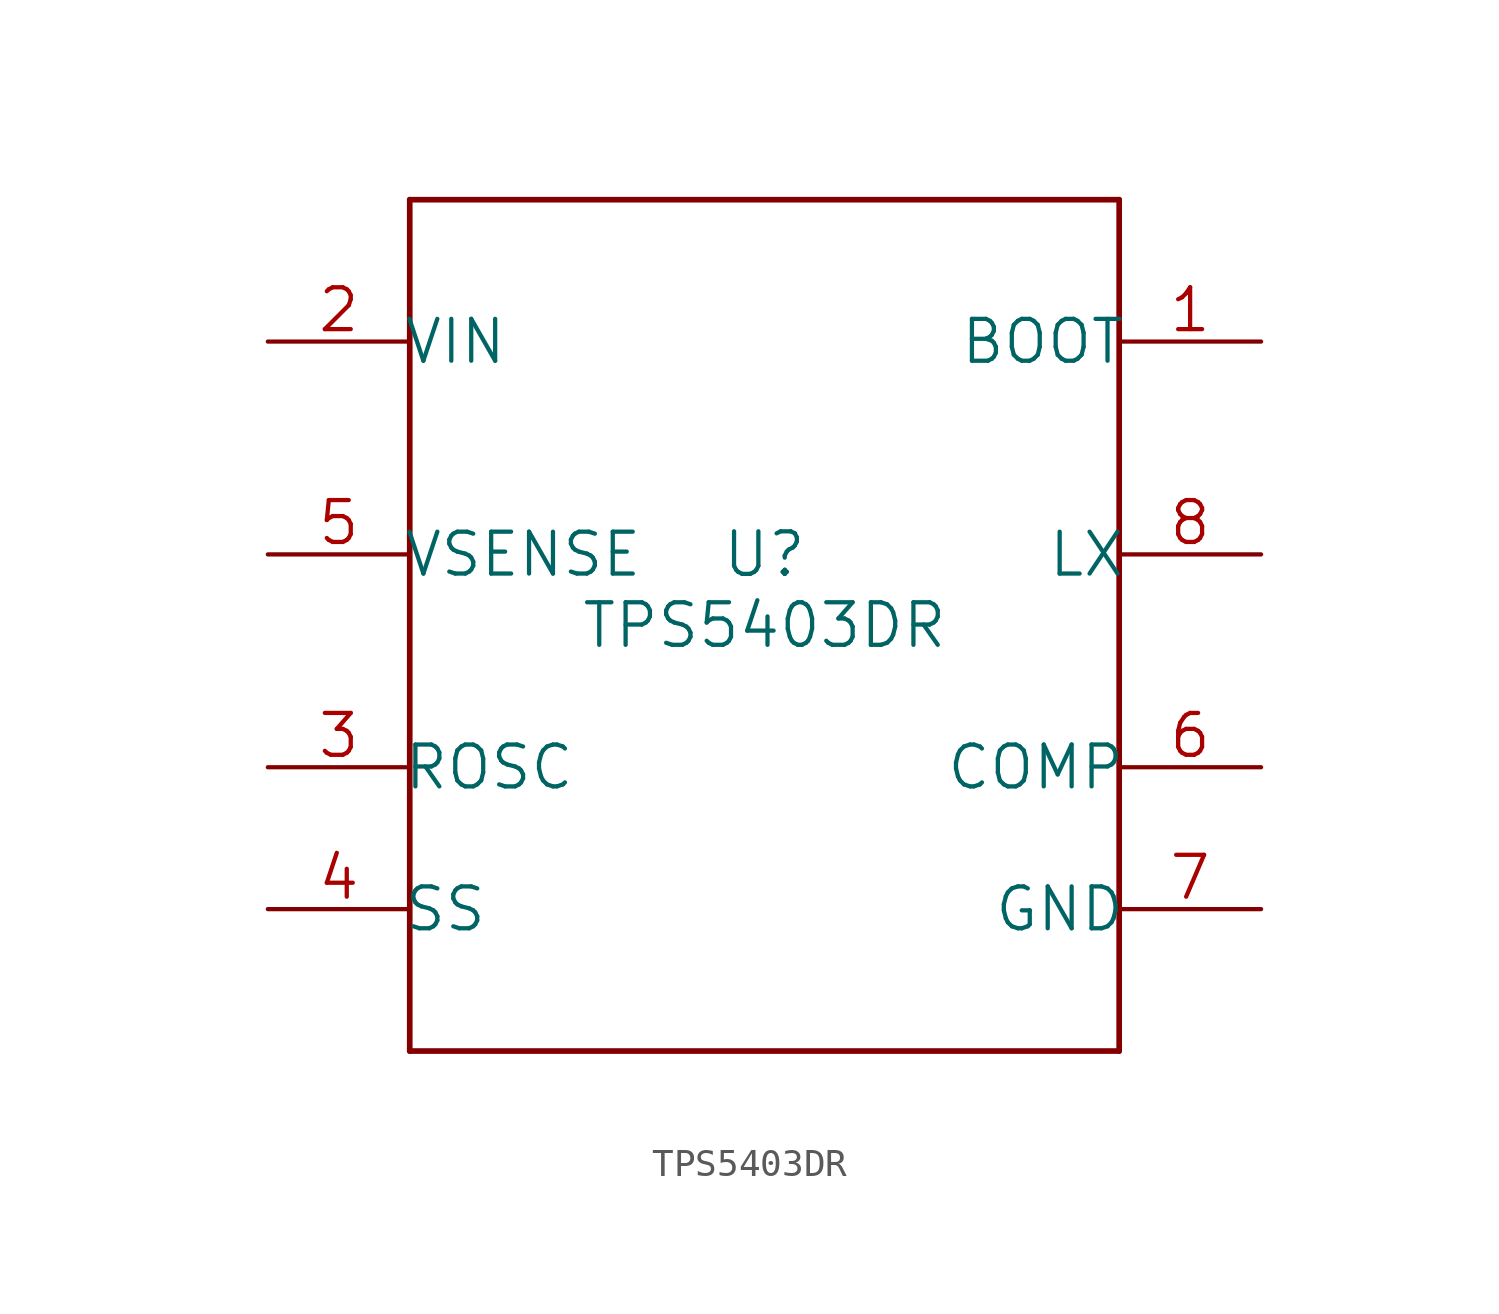
<source format=kicad_sym>
(kicad_symbol_lib
  (version 20211014)
  (generator kicad_symbol_editor)
  (symbol "TPS5403DR"
    (pin_names
      (offset -0.254))
    (property "Reference" "U"
      (at 0 2.54 0)
      (effects (font (size 1.524 1.524))))
    (property "Value" "TPS5403DR"
      (at 0 0 0)
      (effects (font (size 1.524 1.524))))
    (symbol "TPS5403DR_1_1"
      (polyline (pts (xy -12.7 -15.24) (xy 12.7 -15.24)) (stroke (width 0.203) (type default) (color 0 0 0 0)) (fill (type none)))
      (polyline (pts (xy -12.7 15.24) (xy -12.7 -15.24)) (stroke (width 0.203) (type default) (color 0 0 0 0)) (fill (type none)))
      (polyline (pts (xy 12.7 -15.24) (xy 12.7 15.24)) (stroke (width 0.203) (type default) (color 0 0 0 0)) (fill (type none)))
      (polyline (pts (xy 12.7 15.24) (xy -12.7 15.24)) (stroke (width 0.203) (type default) (color 0 0 0 0)) (fill (type none)))
      (pin power_in line (at 17.78 10.16 180) (length 5.08) (name "BOOT" (effects (font (size 1.499 1.499)))) (number "1" (effects (font (size 1.499 1.499)))))
      (pin power_in line (at -17.78 10.16 0) (length 5.08) (name "VIN" (effects (font (size 1.499 1.499)))) (number "2" (effects (font (size 1.499 1.499)))))
      (pin input line (at -17.78 -5.08 0) (length 5.08) (name "ROSC" (effects (font (size 1.499 1.499)))) (number "3" (effects (font (size 1.499 1.499)))))
      (pin input line (at -17.78 -10.16 0) (length 5.08) (name "SS" (effects (font (size 1.499 1.499)))) (number "4" (effects (font (size 1.499 1.499)))))
      (pin input line (at -17.78 2.54 0) (length 5.08) (name "VSENSE" (effects (font (size 1.499 1.499)))) (number "5" (effects (font (size 1.499 1.499)))))
      (pin unspecified line (at 17.78 -5.08 180) (length 5.08) (name "COMP" (effects (font (size 1.499 1.499)))) (number "6" (effects (font (size 1.499 1.499)))))
      (pin power_in line (at 17.78 -10.16 180) (length 5.08) (name "GND" (effects (font (size 1.499 1.499)))) (number "7" (effects (font (size 1.499 1.499)))))
      (pin power_in line (at 17.78 2.54 180) (length 5.08) (name "LX" (effects (font (size 1.499 1.499)))) (number "8" (effects (font (size 1.499 1.499))))))))
</source>
